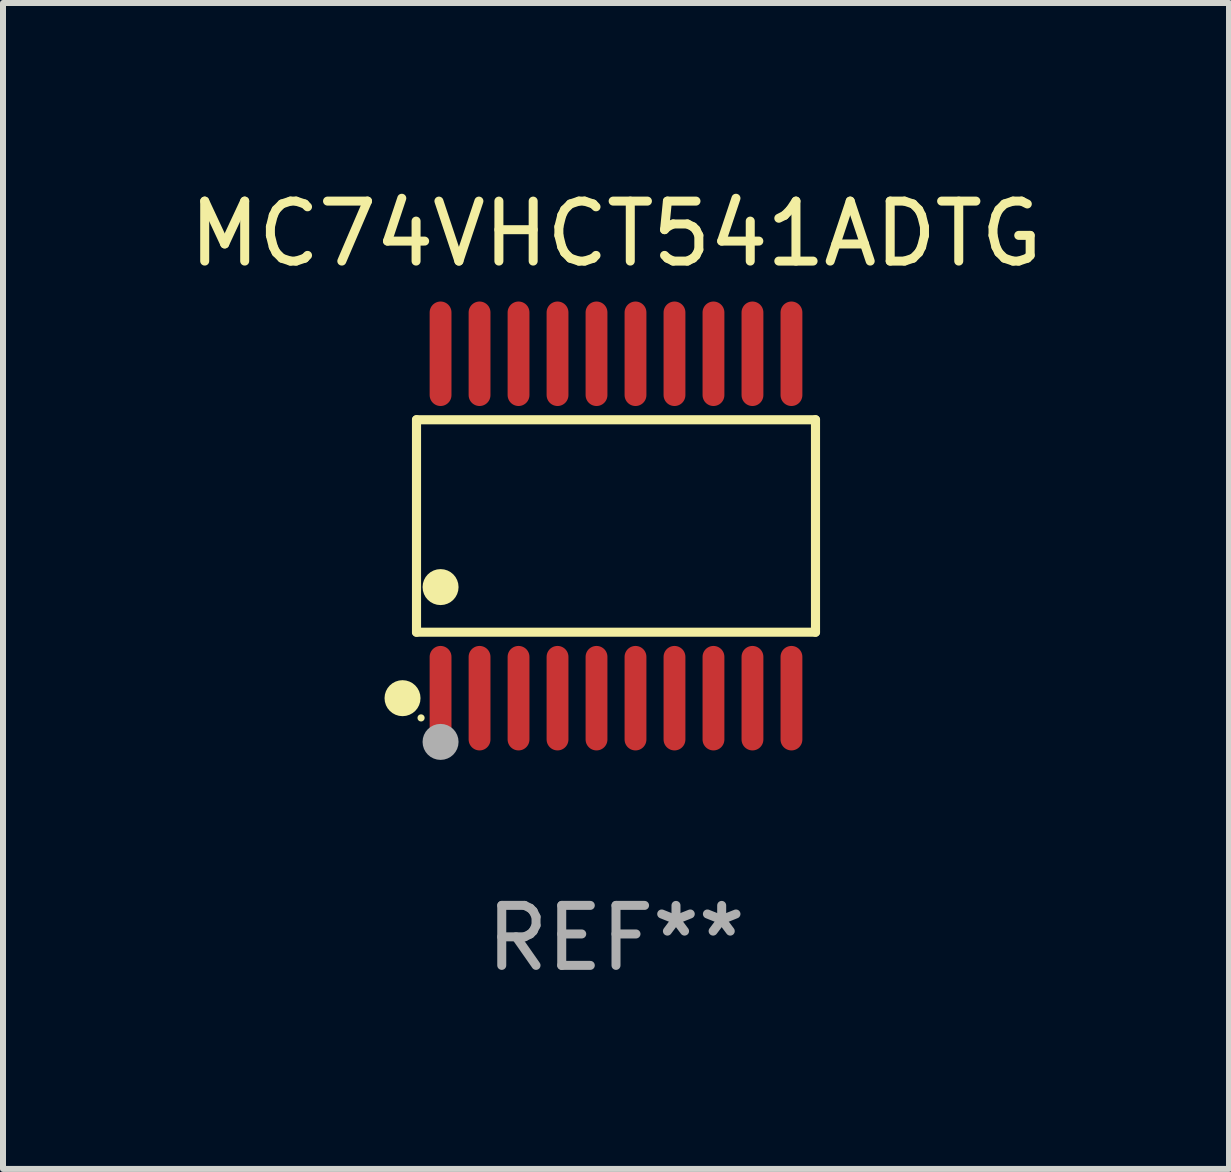
<source format=kicad_pcb>
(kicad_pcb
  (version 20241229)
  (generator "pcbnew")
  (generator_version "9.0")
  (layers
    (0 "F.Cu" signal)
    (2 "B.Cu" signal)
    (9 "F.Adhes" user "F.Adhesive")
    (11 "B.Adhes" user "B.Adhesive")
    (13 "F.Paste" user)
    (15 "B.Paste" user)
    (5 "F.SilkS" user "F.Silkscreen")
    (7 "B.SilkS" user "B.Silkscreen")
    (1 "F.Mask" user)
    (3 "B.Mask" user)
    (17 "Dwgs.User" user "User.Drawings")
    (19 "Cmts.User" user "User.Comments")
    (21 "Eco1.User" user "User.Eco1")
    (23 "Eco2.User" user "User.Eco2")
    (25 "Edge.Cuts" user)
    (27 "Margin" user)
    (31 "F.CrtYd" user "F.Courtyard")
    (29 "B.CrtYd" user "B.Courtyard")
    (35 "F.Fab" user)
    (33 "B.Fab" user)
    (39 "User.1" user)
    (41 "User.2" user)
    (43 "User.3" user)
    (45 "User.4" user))
  (footprint "MC74VHCT541ADTG"
    (layer "F.Cu")
    (at 7.22 5.719)
    (property "Reference" "MC74VHCT541ADTG" (at 0 -4.871 0) (layer "F.SilkS") (effects (font (size 1 1) (thickness 0.15))))
    (attr through_hole)
    (fp_line (start -3.326 -1.771) (end 3.326 -1.771) (stroke (width 0.152) (type solid)) (layer "F.SilkS"))
    (fp_line (start -3.326 1.771) (end -3.326 -1.771) (stroke (width 0.152) (type solid)) (layer "F.SilkS"))
    (fp_line (start 3.326 -1.771) (end 3.326 1.771) (stroke (width 0.152) (type solid)) (layer "F.SilkS"))
    (fp_line (start 3.326 1.771) (end -3.326 1.771) (stroke (width 0.152) (type solid)) (layer "F.SilkS"))
    (fp_circle (center -3.559 2.871) (end -3.409 2.871) (stroke (width 0.3) (type solid)) (fill no) (layer "F.SilkS"))
    (fp_circle (center -3.25 3.2) (end -3.22 3.2) (stroke (width 0.06) (type solid)) (fill no) (layer "F.SilkS"))
    (fp_circle (center -2.925 1.019) (end -2.775 1.019) (stroke (width 0.3) (type solid)) (fill no) (layer "F.SilkS"))
    (fp_circle (center -2.925 3.6) (end -2.775 3.6) (stroke (width 0.3) (type solid)) (fill no) (layer "F.Fab"))
    (fp_text user "REF**" (at 0 6.871 0) (layer "F.Fab") (effects (font (size 1 1) (thickness 0.15))))
    (pad "1" smd oval (at -2.925 2.871) (size 0.364 1.742) (layers "F.Cu" "F.Mask" "F.Paste"))
    (pad "2" smd oval (at -2.275 2.871) (size 0.364 1.742) (layers "F.Cu" "F.Mask" "F.Paste"))
    (pad "3" smd oval (at -1.625 2.871) (size 0.364 1.742) (layers "F.Cu" "F.Mask" "F.Paste"))
    (pad "4" smd oval (at -0.975 2.871) (size 0.364 1.742) (layers "F.Cu" "F.Mask" "F.Paste"))
    (pad "5" smd oval (at -0.325 2.871) (size 0.364 1.742) (layers "F.Cu" "F.Mask" "F.Paste"))
    (pad "6" smd oval (at 0.325 2.871) (size 0.364 1.742) (layers "F.Cu" "F.Mask" "F.Paste"))
    (pad "7" smd oval (at 0.975 2.871) (size 0.364 1.742) (layers "F.Cu" "F.Mask" "F.Paste"))
    (pad "8" smd oval (at 1.625 2.871) (size 0.364 1.742) (layers "F.Cu" "F.Mask" "F.Paste"))
    (pad "9" smd oval (at 2.275 2.871) (size 0.364 1.742) (layers "F.Cu" "F.Mask" "F.Paste"))
    (pad "10" smd oval (at 2.925 2.871) (size 0.364 1.742) (layers "F.Cu" "F.Mask" "F.Paste"))
    (pad "11" smd oval (at 2.925 -2.871) (size 0.364 1.742) (layers "F.Cu" "F.Mask" "F.Paste"))
    (pad "12" smd oval (at 2.275 -2.871) (size 0.364 1.742) (layers "F.Cu" "F.Mask" "F.Paste"))
    (pad "13" smd oval (at 1.625 -2.871) (size 0.364 1.742) (layers "F.Cu" "F.Mask" "F.Paste"))
    (pad "14" smd oval (at 0.975 -2.871) (size 0.364 1.742) (layers "F.Cu" "F.Mask" "F.Paste"))
    (pad "15" smd oval (at 0.325 -2.871) (size 0.364 1.742) (layers "F.Cu" "F.Mask" "F.Paste"))
    (pad "16" smd oval (at -0.325 -2.871) (size 0.364 1.742) (layers "F.Cu" "F.Mask" "F.Paste"))
    (pad "17" smd oval (at -0.975 -2.871) (size 0.364 1.742) (layers "F.Cu" "F.Mask" "F.Paste"))
    (pad "18" smd oval (at -1.625 -2.871) (size 0.364 1.742) (layers "F.Cu" "F.Mask" "F.Paste"))
    (pad "19" smd oval (at -2.275 -2.871) (size 0.364 1.742) (layers "F.Cu" "F.Mask" "F.Paste"))
    (pad "20" smd oval (at -2.925 -2.871) (size 0.364 1.742) (layers "F.Cu" "F.Mask" "F.Paste")))
  (gr_rect
    (start -3 -3)
    (end 17.44 16.438)
    (stroke (width 0.1) (type default))
    (fill no)
    (layer "Edge.Cuts")))
</source>
